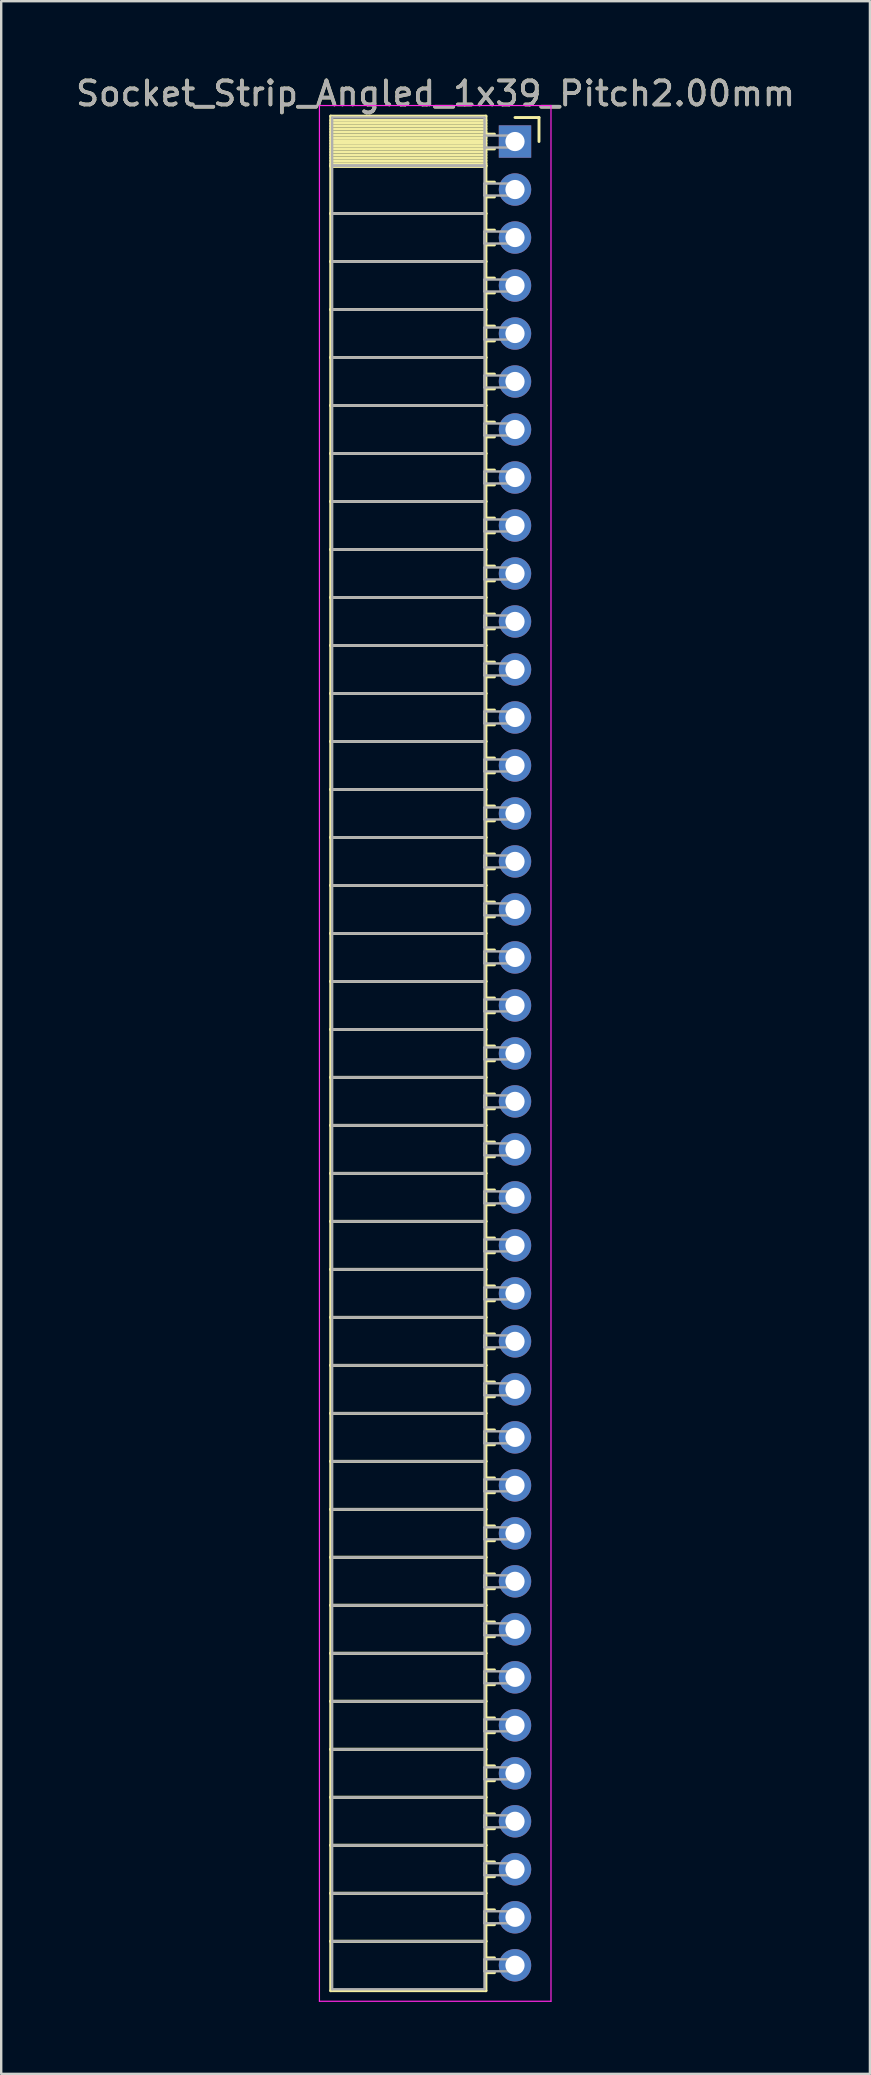
<source format=kicad_pcb>
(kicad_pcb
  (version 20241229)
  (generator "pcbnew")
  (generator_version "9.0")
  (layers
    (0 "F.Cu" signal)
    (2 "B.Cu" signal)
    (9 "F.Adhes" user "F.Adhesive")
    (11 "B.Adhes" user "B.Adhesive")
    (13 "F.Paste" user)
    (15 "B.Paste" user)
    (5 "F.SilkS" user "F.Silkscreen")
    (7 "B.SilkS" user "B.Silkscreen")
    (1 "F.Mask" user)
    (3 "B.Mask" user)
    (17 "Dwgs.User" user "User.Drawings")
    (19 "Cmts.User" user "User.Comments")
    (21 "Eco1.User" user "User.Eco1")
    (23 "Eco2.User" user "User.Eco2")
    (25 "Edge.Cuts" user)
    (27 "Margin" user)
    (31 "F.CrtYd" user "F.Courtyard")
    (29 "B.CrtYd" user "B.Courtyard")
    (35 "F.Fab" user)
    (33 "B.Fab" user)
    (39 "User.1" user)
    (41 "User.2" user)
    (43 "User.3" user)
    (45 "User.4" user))
  (footprint "Socket_Strip_Angled_1x39_Pitch2.00mm"
    (layer "F.Cu")
    (at 18.411 2.848)
    (property "Reference" "Socket_Strip_Angled_1x39_Pitch2.00mm" (at -3.31 -2 0) (layer "F.SilkS") (effects (font (size 1 1) (thickness 0.15))))
    (attr through_hole)
    (fp_line (start -7.68 -1.06) (end -1.21 -1.06) (stroke (width 0.12) (type solid)) (layer "F.SilkS"))
    (fp_line (start -7.68 1) (end -7.68 -1.06) (stroke (width 0.12) (type solid)) (layer "F.SilkS"))
    (fp_line (start -7.68 1) (end -1.21 1) (stroke (width 0.12) (type solid)) (layer "F.SilkS"))
    (fp_line (start -7.68 3) (end -7.68 1) (stroke (width 0.12) (type solid)) (layer "F.SilkS"))
    (fp_line (start -7.68 3) (end -1.21 3) (stroke (width 0.12) (type solid)) (layer "F.SilkS"))
    (fp_line (start -7.68 5) (end -7.68 3) (stroke (width 0.12) (type solid)) (layer "F.SilkS"))
    (fp_line (start -7.68 5) (end -1.21 5) (stroke (width 0.12) (type solid)) (layer "F.SilkS"))
    (fp_line (start -7.68 7) (end -7.68 5) (stroke (width 0.12) (type solid)) (layer "F.SilkS"))
    (fp_line (start -7.68 7) (end -1.21 7) (stroke (width 0.12) (type solid)) (layer "F.SilkS"))
    (fp_line (start -7.68 9) (end -7.68 7) (stroke (width 0.12) (type solid)) (layer "F.SilkS"))
    (fp_line (start -7.68 9) (end -1.21 9) (stroke (width 0.12) (type solid)) (layer "F.SilkS"))
    (fp_line (start -7.68 11) (end -7.68 9) (stroke (width 0.12) (type solid)) (layer "F.SilkS"))
    (fp_line (start -7.68 11) (end -1.21 11) (stroke (width 0.12) (type solid)) (layer "F.SilkS"))
    (fp_line (start -7.68 13) (end -7.68 11) (stroke (width 0.12) (type solid)) (layer "F.SilkS"))
    (fp_line (start -7.68 13) (end -1.21 13) (stroke (width 0.12) (type solid)) (layer "F.SilkS"))
    (fp_line (start -7.68 15) (end -7.68 13) (stroke (width 0.12) (type solid)) (layer "F.SilkS"))
    (fp_line (start -7.68 15) (end -1.21 15) (stroke (width 0.12) (type solid)) (layer "F.SilkS"))
    (fp_line (start -7.68 17) (end -7.68 15) (stroke (width 0.12) (type solid)) (layer "F.SilkS"))
    (fp_line (start -7.68 17) (end -1.21 17) (stroke (width 0.12) (type solid)) (layer "F.SilkS"))
    (fp_line (start -7.68 19) (end -7.68 17) (stroke (width 0.12) (type solid)) (layer "F.SilkS"))
    (fp_line (start -7.68 19) (end -1.21 19) (stroke (width 0.12) (type solid)) (layer "F.SilkS"))
    (fp_line (start -7.68 21) (end -7.68 19) (stroke (width 0.12) (type solid)) (layer "F.SilkS"))
    (fp_line (start -7.68 21) (end -1.21 21) (stroke (width 0.12) (type solid)) (layer "F.SilkS"))
    (fp_line (start -7.68 23) (end -7.68 21) (stroke (width 0.12) (type solid)) (layer "F.SilkS"))
    (fp_line (start -7.68 23) (end -1.21 23) (stroke (width 0.12) (type solid)) (layer "F.SilkS"))
    (fp_line (start -7.68 25) (end -7.68 23) (stroke (width 0.12) (type solid)) (layer "F.SilkS"))
    (fp_line (start -7.68 25) (end -1.21 25) (stroke (width 0.12) (type solid)) (layer "F.SilkS"))
    (fp_line (start -7.68 27) (end -7.68 25) (stroke (width 0.12) (type solid)) (layer "F.SilkS"))
    (fp_line (start -7.68 27) (end -1.21 27) (stroke (width 0.12) (type solid)) (layer "F.SilkS"))
    (fp_line (start -7.68 29) (end -7.68 27) (stroke (width 0.12) (type solid)) (layer "F.SilkS"))
    (fp_line (start -7.68 29) (end -1.21 29) (stroke (width 0.12) (type solid)) (layer "F.SilkS"))
    (fp_line (start -7.68 31) (end -7.68 29) (stroke (width 0.12) (type solid)) (layer "F.SilkS"))
    (fp_line (start -7.68 31) (end -1.21 31) (stroke (width 0.12) (type solid)) (layer "F.SilkS"))
    (fp_line (start -7.68 33) (end -7.68 31) (stroke (width 0.12) (type solid)) (layer "F.SilkS"))
    (fp_line (start -7.68 33) (end -1.21 33) (stroke (width 0.12) (type solid)) (layer "F.SilkS"))
    (fp_line (start -7.68 35) (end -7.68 33) (stroke (width 0.12) (type solid)) (layer "F.SilkS"))
    (fp_line (start -7.68 35) (end -1.21 35) (stroke (width 0.12) (type solid)) (layer "F.SilkS"))
    (fp_line (start -7.68 37) (end -7.68 35) (stroke (width 0.12) (type solid)) (layer "F.SilkS"))
    (fp_line (start -7.68 37) (end -1.21 37) (stroke (width 0.12) (type solid)) (layer "F.SilkS"))
    (fp_line (start -7.68 39) (end -7.68 37) (stroke (width 0.12) (type solid)) (layer "F.SilkS"))
    (fp_line (start -7.68 39) (end -1.21 39) (stroke (width 0.12) (type solid)) (layer "F.SilkS"))
    (fp_line (start -7.68 41) (end -7.68 39) (stroke (width 0.12) (type solid)) (layer "F.SilkS"))
    (fp_line (start -7.68 41) (end -1.21 41) (stroke (width 0.12) (type solid)) (layer "F.SilkS"))
    (fp_line (start -7.68 43) (end -7.68 41) (stroke (width 0.12) (type solid)) (layer "F.SilkS"))
    (fp_line (start -7.68 43) (end -1.21 43) (stroke (width 0.12) (type solid)) (layer "F.SilkS"))
    (fp_line (start -7.68 45) (end -7.68 43) (stroke (width 0.12) (type solid)) (layer "F.SilkS"))
    (fp_line (start -7.68 45) (end -1.21 45) (stroke (width 0.12) (type solid)) (layer "F.SilkS"))
    (fp_line (start -7.68 47) (end -7.68 45) (stroke (width 0.12) (type solid)) (layer "F.SilkS"))
    (fp_line (start -7.68 47) (end -1.21 47) (stroke (width 0.12) (type solid)) (layer "F.SilkS"))
    (fp_line (start -7.68 49) (end -7.68 47) (stroke (width 0.12) (type solid)) (layer "F.SilkS"))
    (fp_line (start -7.68 49) (end -1.21 49) (stroke (width 0.12) (type solid)) (layer "F.SilkS"))
    (fp_line (start -7.68 51) (end -7.68 49) (stroke (width 0.12) (type solid)) (layer "F.SilkS"))
    (fp_line (start -7.68 51) (end -1.21 51) (stroke (width 0.12) (type solid)) (layer "F.SilkS"))
    (fp_line (start -7.68 53) (end -7.68 51) (stroke (width 0.12) (type solid)) (layer "F.SilkS"))
    (fp_line (start -7.68 53) (end -1.21 53) (stroke (width 0.12) (type solid)) (layer "F.SilkS"))
    (fp_line (start -7.68 55) (end -7.68 53) (stroke (width 0.12) (type solid)) (layer "F.SilkS"))
    (fp_line (start -7.68 55) (end -1.21 55) (stroke (width 0.12) (type solid)) (layer "F.SilkS"))
    (fp_line (start -7.68 57) (end -7.68 55) (stroke (width 0.12) (type solid)) (layer "F.SilkS"))
    (fp_line (start -7.68 57) (end -1.21 57) (stroke (width 0.12) (type solid)) (layer "F.SilkS"))
    (fp_line (start -7.68 59) (end -7.68 57) (stroke (width 0.12) (type solid)) (layer "F.SilkS"))
    (fp_line (start -7.68 59) (end -1.21 59) (stroke (width 0.12) (type solid)) (layer "F.SilkS"))
    (fp_line (start -7.68 61) (end -7.68 59) (stroke (width 0.12) (type solid)) (layer "F.SilkS"))
    (fp_line (start -7.68 61) (end -1.21 61) (stroke (width 0.12) (type solid)) (layer "F.SilkS"))
    (fp_line (start -7.68 63) (end -7.68 61) (stroke (width 0.12) (type solid)) (layer "F.SilkS"))
    (fp_line (start -7.68 63) (end -1.21 63) (stroke (width 0.12) (type solid)) (layer "F.SilkS"))
    (fp_line (start -7.68 65) (end -7.68 63) (stroke (width 0.12) (type solid)) (layer "F.SilkS"))
    (fp_line (start -7.68 65) (end -1.21 65) (stroke (width 0.12) (type solid)) (layer "F.SilkS"))
    (fp_line (start -7.68 67) (end -7.68 65) (stroke (width 0.12) (type solid)) (layer "F.SilkS"))
    (fp_line (start -7.68 67) (end -1.21 67) (stroke (width 0.12) (type solid)) (layer "F.SilkS"))
    (fp_line (start -7.68 69) (end -7.68 67) (stroke (width 0.12) (type solid)) (layer "F.SilkS"))
    (fp_line (start -7.68 69) (end -1.21 69) (stroke (width 0.12) (type solid)) (layer "F.SilkS"))
    (fp_line (start -7.68 71) (end -7.68 69) (stroke (width 0.12) (type solid)) (layer "F.SilkS"))
    (fp_line (start -7.68 71) (end -1.21 71) (stroke (width 0.12) (type solid)) (layer "F.SilkS"))
    (fp_line (start -7.68 73) (end -7.68 71) (stroke (width 0.12) (type solid)) (layer "F.SilkS"))
    (fp_line (start -7.68 73) (end -1.21 73) (stroke (width 0.12) (type solid)) (layer "F.SilkS"))
    (fp_line (start -7.68 75) (end -7.68 73) (stroke (width 0.12) (type solid)) (layer "F.SilkS"))
    (fp_line (start -7.68 75) (end -1.21 75) (stroke (width 0.12) (type solid)) (layer "F.SilkS"))
    (fp_line (start -7.68 77.06) (end -7.68 75) (stroke (width 0.12) (type solid)) (layer "F.SilkS"))
    (fp_line (start -1.21 -1.06) (end -1.21 1) (stroke (width 0.12) (type solid)) (layer "F.SilkS"))
    (fp_line (start -1.21 -0.88) (end -7.68 -0.88) (stroke (width 0.12) (type solid)) (layer "F.SilkS"))
    (fp_line (start -1.21 -0.76) (end -7.68 -0.76) (stroke (width 0.12) (type solid)) (layer "F.SilkS"))
    (fp_line (start -1.21 -0.64) (end -7.68 -0.64) (stroke (width 0.12) (type solid)) (layer "F.SilkS"))
    (fp_line (start -1.21 -0.52) (end -7.68 -0.52) (stroke (width 0.12) (type solid)) (layer "F.SilkS"))
    (fp_line (start -1.21 -0.4) (end -7.68 -0.4) (stroke (width 0.12) (type solid)) (layer "F.SilkS"))
    (fp_line (start -1.21 -0.28) (end -7.68 -0.28) (stroke (width 0.12) (type solid)) (layer "F.SilkS"))
    (fp_line (start -1.21 -0.16) (end -7.68 -0.16) (stroke (width 0.12) (type solid)) (layer "F.SilkS"))
    (fp_line (start -1.21 -0.04) (end -7.68 -0.04) (stroke (width 0.12) (type solid)) (layer "F.SilkS"))
    (fp_line (start -1.21 0.08) (end -7.68 0.08) (stroke (width 0.12) (type solid)) (layer "F.SilkS"))
    (fp_line (start -1.21 0.2) (end -7.68 0.2) (stroke (width 0.12) (type solid)) (layer "F.SilkS"))
    (fp_line (start -1.21 0.32) (end -7.68 0.32) (stroke (width 0.12) (type solid)) (layer "F.SilkS"))
    (fp_line (start -1.21 0.44) (end -7.68 0.44) (stroke (width 0.12) (type solid)) (layer "F.SilkS"))
    (fp_line (start -1.21 0.56) (end -7.68 0.56) (stroke (width 0.12) (type solid)) (layer "F.SilkS"))
    (fp_line (start -1.21 0.68) (end -7.68 0.68) (stroke (width 0.12) (type solid)) (layer "F.SilkS"))
    (fp_line (start -1.21 0.8) (end -7.68 0.8) (stroke (width 0.12) (type solid)) (layer "F.SilkS"))
    (fp_line (start -1.21 0.92) (end -7.68 0.92) (stroke (width 0.12) (type solid)) (layer "F.SilkS"))
    (fp_line (start -1.21 1) (end -7.68 1) (stroke (width 0.12) (type solid)) (layer "F.SilkS"))
    (fp_line (start -1.21 1) (end -1.21 3) (stroke (width 0.12) (type solid)) (layer "F.SilkS"))
    (fp_line (start -1.21 1.04) (end -7.68 1.04) (stroke (width 0.12) (type solid)) (layer "F.SilkS"))
    (fp_line (start -1.21 3) (end -7.68 3) (stroke (width 0.12) (type solid)) (layer "F.SilkS"))
    (fp_line (start -1.21 3) (end -1.21 5) (stroke (width 0.12) (type solid)) (layer "F.SilkS"))
    (fp_line (start -1.21 5) (end -7.68 5) (stroke (width 0.12) (type solid)) (layer "F.SilkS"))
    (fp_line (start -1.21 5) (end -1.21 7) (stroke (width 0.12) (type solid)) (layer "F.SilkS"))
    (fp_line (start -1.21 7) (end -7.68 7) (stroke (width 0.12) (type solid)) (layer "F.SilkS"))
    (fp_line (start -1.21 7) (end -1.21 9) (stroke (width 0.12) (type solid)) (layer "F.SilkS"))
    (fp_line (start -1.21 9) (end -7.68 9) (stroke (width 0.12) (type solid)) (layer "F.SilkS"))
    (fp_line (start -1.21 9) (end -1.21 11) (stroke (width 0.12) (type solid)) (layer "F.SilkS"))
    (fp_line (start -1.21 11) (end -7.68 11) (stroke (width 0.12) (type solid)) (layer "F.SilkS"))
    (fp_line (start -1.21 11) (end -1.21 13) (stroke (width 0.12) (type solid)) (layer "F.SilkS"))
    (fp_line (start -1.21 13) (end -7.68 13) (stroke (width 0.12) (type solid)) (layer "F.SilkS"))
    (fp_line (start -1.21 13) (end -1.21 15) (stroke (width 0.12) (type solid)) (layer "F.SilkS"))
    (fp_line (start -1.21 15) (end -7.68 15) (stroke (width 0.12) (type solid)) (layer "F.SilkS"))
    (fp_line (start -1.21 15) (end -1.21 17) (stroke (width 0.12) (type solid)) (layer "F.SilkS"))
    (fp_line (start -1.21 17) (end -7.68 17) (stroke (width 0.12) (type solid)) (layer "F.SilkS"))
    (fp_line (start -1.21 17) (end -1.21 19) (stroke (width 0.12) (type solid)) (layer "F.SilkS"))
    (fp_line (start -1.21 19) (end -7.68 19) (stroke (width 0.12) (type solid)) (layer "F.SilkS"))
    (fp_line (start -1.21 19) (end -1.21 21) (stroke (width 0.12) (type solid)) (layer "F.SilkS"))
    (fp_line (start -1.21 21) (end -7.68 21) (stroke (width 0.12) (type solid)) (layer "F.SilkS"))
    (fp_line (start -1.21 21) (end -1.21 23) (stroke (width 0.12) (type solid)) (layer "F.SilkS"))
    (fp_line (start -1.21 23) (end -7.68 23) (stroke (width 0.12) (type solid)) (layer "F.SilkS"))
    (fp_line (start -1.21 23) (end -1.21 25) (stroke (width 0.12) (type solid)) (layer "F.SilkS"))
    (fp_line (start -1.21 25) (end -7.68 25) (stroke (width 0.12) (type solid)) (layer "F.SilkS"))
    (fp_line (start -1.21 25) (end -1.21 27) (stroke (width 0.12) (type solid)) (layer "F.SilkS"))
    (fp_line (start -1.21 27) (end -7.68 27) (stroke (width 0.12) (type solid)) (layer "F.SilkS"))
    (fp_line (start -1.21 27) (end -1.21 29) (stroke (width 0.12) (type solid)) (layer "F.SilkS"))
    (fp_line (start -1.21 29) (end -7.68 29) (stroke (width 0.12) (type solid)) (layer "F.SilkS"))
    (fp_line (start -1.21 29) (end -1.21 31) (stroke (width 0.12) (type solid)) (layer "F.SilkS"))
    (fp_line (start -1.21 31) (end -7.68 31) (stroke (width 0.12) (type solid)) (layer "F.SilkS"))
    (fp_line (start -1.21 31) (end -1.21 33) (stroke (width 0.12) (type solid)) (layer "F.SilkS"))
    (fp_line (start -1.21 33) (end -7.68 33) (stroke (width 0.12) (type solid)) (layer "F.SilkS"))
    (fp_line (start -1.21 33) (end -1.21 35) (stroke (width 0.12) (type solid)) (layer "F.SilkS"))
    (fp_line (start -1.21 35) (end -7.68 35) (stroke (width 0.12) (type solid)) (layer "F.SilkS"))
    (fp_line (start -1.21 35) (end -1.21 37) (stroke (width 0.12) (type solid)) (layer "F.SilkS"))
    (fp_line (start -1.21 37) (end -7.68 37) (stroke (width 0.12) (type solid)) (layer "F.SilkS"))
    (fp_line (start -1.21 37) (end -1.21 39) (stroke (width 0.12) (type solid)) (layer "F.SilkS"))
    (fp_line (start -1.21 39) (end -7.68 39) (stroke (width 0.12) (type solid)) (layer "F.SilkS"))
    (fp_line (start -1.21 39) (end -1.21 41) (stroke (width 0.12) (type solid)) (layer "F.SilkS"))
    (fp_line (start -1.21 41) (end -7.68 41) (stroke (width 0.12) (type solid)) (layer "F.SilkS"))
    (fp_line (start -1.21 41) (end -1.21 43) (stroke (width 0.12) (type solid)) (layer "F.SilkS"))
    (fp_line (start -1.21 43) (end -7.68 43) (stroke (width 0.12) (type solid)) (layer "F.SilkS"))
    (fp_line (start -1.21 43) (end -1.21 45) (stroke (width 0.12) (type solid)) (layer "F.SilkS"))
    (fp_line (start -1.21 45) (end -7.68 45) (stroke (width 0.12) (type solid)) (layer "F.SilkS"))
    (fp_line (start -1.21 45) (end -1.21 47) (stroke (width 0.12) (type solid)) (layer "F.SilkS"))
    (fp_line (start -1.21 47) (end -7.68 47) (stroke (width 0.12) (type solid)) (layer "F.SilkS"))
    (fp_line (start -1.21 47) (end -1.21 49) (stroke (width 0.12) (type solid)) (layer "F.SilkS"))
    (fp_line (start -1.21 49) (end -7.68 49) (stroke (width 0.12) (type solid)) (layer "F.SilkS"))
    (fp_line (start -1.21 49) (end -1.21 51) (stroke (width 0.12) (type solid)) (layer "F.SilkS"))
    (fp_line (start -1.21 51) (end -7.68 51) (stroke (width 0.12) (type solid)) (layer "F.SilkS"))
    (fp_line (start -1.21 51) (end -1.21 53) (stroke (width 0.12) (type solid)) (layer "F.SilkS"))
    (fp_line (start -1.21 53) (end -7.68 53) (stroke (width 0.12) (type solid)) (layer "F.SilkS"))
    (fp_line (start -1.21 53) (end -1.21 55) (stroke (width 0.12) (type solid)) (layer "F.SilkS"))
    (fp_line (start -1.21 55) (end -7.68 55) (stroke (width 0.12) (type solid)) (layer "F.SilkS"))
    (fp_line (start -1.21 55) (end -1.21 57) (stroke (width 0.12) (type solid)) (layer "F.SilkS"))
    (fp_line (start -1.21 57) (end -7.68 57) (stroke (width 0.12) (type solid)) (layer "F.SilkS"))
    (fp_line (start -1.21 57) (end -1.21 59) (stroke (width 0.12) (type solid)) (layer "F.SilkS"))
    (fp_line (start -1.21 59) (end -7.68 59) (stroke (width 0.12) (type solid)) (layer "F.SilkS"))
    (fp_line (start -1.21 59) (end -1.21 61) (stroke (width 0.12) (type solid)) (layer "F.SilkS"))
    (fp_line (start -1.21 61) (end -7.68 61) (stroke (width 0.12) (type solid)) (layer "F.SilkS"))
    (fp_line (start -1.21 61) (end -1.21 63) (stroke (width 0.12) (type solid)) (layer "F.SilkS"))
    (fp_line (start -1.21 63) (end -7.68 63) (stroke (width 0.12) (type solid)) (layer "F.SilkS"))
    (fp_line (start -1.21 63) (end -1.21 65) (stroke (width 0.12) (type solid)) (layer "F.SilkS"))
    (fp_line (start -1.21 65) (end -7.68 65) (stroke (width 0.12) (type solid)) (layer "F.SilkS"))
    (fp_line (start -1.21 65) (end -1.21 67) (stroke (width 0.12) (type solid)) (layer "F.SilkS"))
    (fp_line (start -1.21 67) (end -7.68 67) (stroke (width 0.12) (type solid)) (layer "F.SilkS"))
    (fp_line (start -1.21 67) (end -1.21 69) (stroke (width 0.12) (type solid)) (layer "F.SilkS"))
    (fp_line (start -1.21 69) (end -7.68 69) (stroke (width 0.12) (type solid)) (layer "F.SilkS"))
    (fp_line (start -1.21 69) (end -1.21 71) (stroke (width 0.12) (type solid)) (layer "F.SilkS"))
    (fp_line (start -1.21 71) (end -7.68 71) (stroke (width 0.12) (type solid)) (layer "F.SilkS"))
    (fp_line (start -1.21 71) (end -1.21 73) (stroke (width 0.12) (type solid)) (layer "F.SilkS"))
    (fp_line (start -1.21 73) (end -7.68 73) (stroke (width 0.12) (type solid)) (layer "F.SilkS"))
    (fp_line (start -1.21 73) (end -1.21 75) (stroke (width 0.12) (type solid)) (layer "F.SilkS"))
    (fp_line (start -1.21 75) (end -7.68 75) (stroke (width 0.12) (type solid)) (layer "F.SilkS"))
    (fp_line (start -1.21 75) (end -1.21 77.06) (stroke (width 0.12) (type solid)) (layer "F.SilkS"))
    (fp_line (start -1.21 77.06) (end -7.68 77.06) (stroke (width 0.12) (type solid)) (layer "F.SilkS"))
    (fp_line (start -0.855 -0.31) (end -1.21 -0.31) (stroke (width 0.12) (type solid)) (layer "F.SilkS"))
    (fp_line (start -0.855 0.31) (end -1.21 0.31) (stroke (width 0.12) (type solid)) (layer "F.SilkS"))
    (fp_line (start -0.855 1.69) (end -1.21 1.69) (stroke (width 0.12) (type solid)) (layer "F.SilkS"))
    (fp_line (start -0.855 2.31) (end -1.21 2.31) (stroke (width 0.12) (type solid)) (layer "F.SilkS"))
    (fp_line (start -0.855 3.69) (end -1.21 3.69) (stroke (width 0.12) (type solid)) (layer "F.SilkS"))
    (fp_line (start -0.855 4.31) (end -1.21 4.31) (stroke (width 0.12) (type solid)) (layer "F.SilkS"))
    (fp_line (start -0.855 5.69) (end -1.21 5.69) (stroke (width 0.12) (type solid)) (layer "F.SilkS"))
    (fp_line (start -0.855 6.31) (end -1.21 6.31) (stroke (width 0.12) (type solid)) (layer "F.SilkS"))
    (fp_line (start -0.855 7.69) (end -1.21 7.69) (stroke (width 0.12) (type solid)) (layer "F.SilkS"))
    (fp_line (start -0.855 8.31) (end -1.21 8.31) (stroke (width 0.12) (type solid)) (layer "F.SilkS"))
    (fp_line (start -0.855 9.69) (end -1.21 9.69) (stroke (width 0.12) (type solid)) (layer "F.SilkS"))
    (fp_line (start -0.855 10.31) (end -1.21 10.31) (stroke (width 0.12) (type solid)) (layer "F.SilkS"))
    (fp_line (start -0.855 11.69) (end -1.21 11.69) (stroke (width 0.12) (type solid)) (layer "F.SilkS"))
    (fp_line (start -0.855 12.31) (end -1.21 12.31) (stroke (width 0.12) (type solid)) (layer "F.SilkS"))
    (fp_line (start -0.855 13.69) (end -1.21 13.69) (stroke (width 0.12) (type solid)) (layer "F.SilkS"))
    (fp_line (start -0.855 14.31) (end -1.21 14.31) (stroke (width 0.12) (type solid)) (layer "F.SilkS"))
    (fp_line (start -0.855 15.69) (end -1.21 15.69) (stroke (width 0.12) (type solid)) (layer "F.SilkS"))
    (fp_line (start -0.855 16.31) (end -1.21 16.31) (stroke (width 0.12) (type solid)) (layer "F.SilkS"))
    (fp_line (start -0.855 17.69) (end -1.21 17.69) (stroke (width 0.12) (type solid)) (layer "F.SilkS"))
    (fp_line (start -0.855 18.31) (end -1.21 18.31) (stroke (width 0.12) (type solid)) (layer "F.SilkS"))
    (fp_line (start -0.855 19.69) (end -1.21 19.69) (stroke (width 0.12) (type solid)) (layer "F.SilkS"))
    (fp_line (start -0.855 20.31) (end -1.21 20.31) (stroke (width 0.12) (type solid)) (layer "F.SilkS"))
    (fp_line (start -0.855 21.69) (end -1.21 21.69) (stroke (width 0.12) (type solid)) (layer "F.SilkS"))
    (fp_line (start -0.855 22.31) (end -1.21 22.31) (stroke (width 0.12) (type solid)) (layer "F.SilkS"))
    (fp_line (start -0.855 23.69) (end -1.21 23.69) (stroke (width 0.12) (type solid)) (layer "F.SilkS"))
    (fp_line (start -0.855 24.31) (end -1.21 24.31) (stroke (width 0.12) (type solid)) (layer "F.SilkS"))
    (fp_line (start -0.855 25.69) (end -1.21 25.69) (stroke (width 0.12) (type solid)) (layer "F.SilkS"))
    (fp_line (start -0.855 26.31) (end -1.21 26.31) (stroke (width 0.12) (type solid)) (layer "F.SilkS"))
    (fp_line (start -0.855 27.69) (end -1.21 27.69) (stroke (width 0.12) (type solid)) (layer "F.SilkS"))
    (fp_line (start -0.855 28.31) (end -1.21 28.31) (stroke (width 0.12) (type solid)) (layer "F.SilkS"))
    (fp_line (start -0.855 29.69) (end -1.21 29.69) (stroke (width 0.12) (type solid)) (layer "F.SilkS"))
    (fp_line (start -0.855 30.31) (end -1.21 30.31) (stroke (width 0.12) (type solid)) (layer "F.SilkS"))
    (fp_line (start -0.855 31.69) (end -1.21 31.69) (stroke (width 0.12) (type solid)) (layer "F.SilkS"))
    (fp_line (start -0.855 32.31) (end -1.21 32.31) (stroke (width 0.12) (type solid)) (layer "F.SilkS"))
    (fp_line (start -0.855 33.69) (end -1.21 33.69) (stroke (width 0.12) (type solid)) (layer "F.SilkS"))
    (fp_line (start -0.855 34.31) (end -1.21 34.31) (stroke (width 0.12) (type solid)) (layer "F.SilkS"))
    (fp_line (start -0.855 35.69) (end -1.21 35.69) (stroke (width 0.12) (type solid)) (layer "F.SilkS"))
    (fp_line (start -0.855 36.31) (end -1.21 36.31) (stroke (width 0.12) (type solid)) (layer "F.SilkS"))
    (fp_line (start -0.855 37.69) (end -1.21 37.69) (stroke (width 0.12) (type solid)) (layer "F.SilkS"))
    (fp_line (start -0.855 38.31) (end -1.21 38.31) (stroke (width 0.12) (type solid)) (layer "F.SilkS"))
    (fp_line (start -0.855 39.69) (end -1.21 39.69) (stroke (width 0.12) (type solid)) (layer "F.SilkS"))
    (fp_line (start -0.855 40.31) (end -1.21 40.31) (stroke (width 0.12) (type solid)) (layer "F.SilkS"))
    (fp_line (start -0.855 41.69) (end -1.21 41.69) (stroke (width 0.12) (type solid)) (layer "F.SilkS"))
    (fp_line (start -0.855 42.31) (end -1.21 42.31) (stroke (width 0.12) (type solid)) (layer "F.SilkS"))
    (fp_line (start -0.855 43.69) (end -1.21 43.69) (stroke (width 0.12) (type solid)) (layer "F.SilkS"))
    (fp_line (start -0.855 44.31) (end -1.21 44.31) (stroke (width 0.12) (type solid)) (layer "F.SilkS"))
    (fp_line (start -0.855 45.69) (end -1.21 45.69) (stroke (width 0.12) (type solid)) (layer "F.SilkS"))
    (fp_line (start -0.855 46.31) (end -1.21 46.31) (stroke (width 0.12) (type solid)) (layer "F.SilkS"))
    (fp_line (start -0.855 47.69) (end -1.21 47.69) (stroke (width 0.12) (type solid)) (layer "F.SilkS"))
    (fp_line (start -0.855 48.31) (end -1.21 48.31) (stroke (width 0.12) (type solid)) (layer "F.SilkS"))
    (fp_line (start -0.855 49.69) (end -1.21 49.69) (stroke (width 0.12) (type solid)) (layer "F.SilkS"))
    (fp_line (start -0.855 50.31) (end -1.21 50.31) (stroke (width 0.12) (type solid)) (layer "F.SilkS"))
    (fp_line (start -0.855 51.69) (end -1.21 51.69) (stroke (width 0.12) (type solid)) (layer "F.SilkS"))
    (fp_line (start -0.855 52.31) (end -1.21 52.31) (stroke (width 0.12) (type solid)) (layer "F.SilkS"))
    (fp_line (start -0.855 53.69) (end -1.21 53.69) (stroke (width 0.12) (type solid)) (layer "F.SilkS"))
    (fp_line (start -0.855 54.31) (end -1.21 54.31) (stroke (width 0.12) (type solid)) (layer "F.SilkS"))
    (fp_line (start -0.855 55.69) (end -1.21 55.69) (stroke (width 0.12) (type solid)) (layer "F.SilkS"))
    (fp_line (start -0.855 56.31) (end -1.21 56.31) (stroke (width 0.12) (type solid)) (layer "F.SilkS"))
    (fp_line (start -0.855 57.69) (end -1.21 57.69) (stroke (width 0.12) (type solid)) (layer "F.SilkS"))
    (fp_line (start -0.855 58.31) (end -1.21 58.31) (stroke (width 0.12) (type solid)) (layer "F.SilkS"))
    (fp_line (start -0.855 59.69) (end -1.21 59.69) (stroke (width 0.12) (type solid)) (layer "F.SilkS"))
    (fp_line (start -0.855 60.31) (end -1.21 60.31) (stroke (width 0.12) (type solid)) (layer "F.SilkS"))
    (fp_line (start -0.855 61.69) (end -1.21 61.69) (stroke (width 0.12) (type solid)) (layer "F.SilkS"))
    (fp_line (start -0.855 62.31) (end -1.21 62.31) (stroke (width 0.12) (type solid)) (layer "F.SilkS"))
    (fp_line (start -0.855 63.69) (end -1.21 63.69) (stroke (width 0.12) (type solid)) (layer "F.SilkS"))
    (fp_line (start -0.855 64.31) (end -1.21 64.31) (stroke (width 0.12) (type solid)) (layer "F.SilkS"))
    (fp_line (start -0.855 65.69) (end -1.21 65.69) (stroke (width 0.12) (type solid)) (layer "F.SilkS"))
    (fp_line (start -0.855 66.31) (end -1.21 66.31) (stroke (width 0.12) (type solid)) (layer "F.SilkS"))
    (fp_line (start -0.855 67.69) (end -1.21 67.69) (stroke (width 0.12) (type solid)) (layer "F.SilkS"))
    (fp_line (start -0.855 68.31) (end -1.21 68.31) (stroke (width 0.12) (type solid)) (layer "F.SilkS"))
    (fp_line (start -0.855 69.69) (end -1.21 69.69) (stroke (width 0.12) (type solid)) (layer "F.SilkS"))
    (fp_line (start -0.855 70.31) (end -1.21 70.31) (stroke (width 0.12) (type solid)) (layer "F.SilkS"))
    (fp_line (start -0.855 71.69) (end -1.21 71.69) (stroke (width 0.12) (type solid)) (layer "F.SilkS"))
    (fp_line (start -0.855 72.31) (end -1.21 72.31) (stroke (width 0.12) (type solid)) (layer "F.SilkS"))
    (fp_line (start -0.855 73.69) (end -1.21 73.69) (stroke (width 0.12) (type solid)) (layer "F.SilkS"))
    (fp_line (start -0.855 74.31) (end -1.21 74.31) (stroke (width 0.12) (type solid)) (layer "F.SilkS"))
    (fp_line (start -0.855 75.69) (end -1.21 75.69) (stroke (width 0.12) (type solid)) (layer "F.SilkS"))
    (fp_line (start -0.855 76.31) (end -1.21 76.31) (stroke (width 0.12) (type solid)) (layer "F.SilkS"))
    (fp_line (start 0 -1) (end 1 -1) (stroke (width 0.12) (type solid)) (layer "F.SilkS"))
    (fp_line (start 1 -1) (end 1 0) (stroke (width 0.12) (type solid)) (layer "F.SilkS"))
    (fp_line (start -8.15 -1.5) (end 1.5 -1.5) (stroke (width 0.05) (type solid)) (layer "F.CrtYd"))
    (fp_line (start -8.15 77.5) (end -8.15 -1.5) (stroke (width 0.05) (type solid)) (layer "F.CrtYd"))
    (fp_line (start 1.5 -1.5) (end 1.5 77.5) (stroke (width 0.05) (type solid)) (layer "F.CrtYd"))
    (fp_line (start 1.5 77.5) (end -8.15 77.5) (stroke (width 0.05) (type solid)) (layer "F.CrtYd"))
    (fp_line (start -7.62 -1) (end -1.27 -1) (stroke (width 0.1) (type solid)) (layer "F.Fab"))
    (fp_line (start -7.62 1) (end -7.62 -1) (stroke (width 0.1) (type solid)) (layer "F.Fab"))
    (fp_line (start -7.62 1) (end -1.27 1) (stroke (width 0.1) (type solid)) (layer "F.Fab"))
    (fp_line (start -7.62 3) (end -7.62 1) (stroke (width 0.1) (type solid)) (layer "F.Fab"))
    (fp_line (start -7.62 3) (end -1.27 3) (stroke (width 0.1) (type solid)) (layer "F.Fab"))
    (fp_line (start -7.62 5) (end -7.62 3) (stroke (width 0.1) (type solid)) (layer "F.Fab"))
    (fp_line (start -7.62 5) (end -1.27 5) (stroke (width 0.1) (type solid)) (layer "F.Fab"))
    (fp_line (start -7.62 7) (end -7.62 5) (stroke (width 0.1) (type solid)) (layer "F.Fab"))
    (fp_line (start -7.62 7) (end -1.27 7) (stroke (width 0.1) (type solid)) (layer "F.Fab"))
    (fp_line (start -7.62 9) (end -7.62 7) (stroke (width 0.1) (type solid)) (layer "F.Fab"))
    (fp_line (start -7.62 9) (end -1.27 9) (stroke (width 0.1) (type solid)) (layer "F.Fab"))
    (fp_line (start -7.62 11) (end -7.62 9) (stroke (width 0.1) (type solid)) (layer "F.Fab"))
    (fp_line (start -7.62 11) (end -1.27 11) (stroke (width 0.1) (type solid)) (layer "F.Fab"))
    (fp_line (start -7.62 13) (end -7.62 11) (stroke (width 0.1) (type solid)) (layer "F.Fab"))
    (fp_line (start -7.62 13) (end -1.27 13) (stroke (width 0.1) (type solid)) (layer "F.Fab"))
    (fp_line (start -7.62 15) (end -7.62 13) (stroke (width 0.1) (type solid)) (layer "F.Fab"))
    (fp_line (start -7.62 15) (end -1.27 15) (stroke (width 0.1) (type solid)) (layer "F.Fab"))
    (fp_line (start -7.62 17) (end -7.62 15) (stroke (width 0.1) (type solid)) (layer "F.Fab"))
    (fp_line (start -7.62 17) (end -1.27 17) (stroke (width 0.1) (type solid)) (layer "F.Fab"))
    (fp_line (start -7.62 19) (end -7.62 17) (stroke (width 0.1) (type solid)) (layer "F.Fab"))
    (fp_line (start -7.62 19) (end -1.27 19) (stroke (width 0.1) (type solid)) (layer "F.Fab"))
    (fp_line (start -7.62 21) (end -7.62 19) (stroke (width 0.1) (type solid)) (layer "F.Fab"))
    (fp_line (start -7.62 21) (end -1.27 21) (stroke (width 0.1) (type solid)) (layer "F.Fab"))
    (fp_line (start -7.62 23) (end -7.62 21) (stroke (width 0.1) (type solid)) (layer "F.Fab"))
    (fp_line (start -7.62 23) (end -1.27 23) (stroke (width 0.1) (type solid)) (layer "F.Fab"))
    (fp_line (start -7.62 25) (end -7.62 23) (stroke (width 0.1) (type solid)) (layer "F.Fab"))
    (fp_line (start -7.62 25) (end -1.27 25) (stroke (width 0.1) (type solid)) (layer "F.Fab"))
    (fp_line (start -7.62 27) (end -7.62 25) (stroke (width 0.1) (type solid)) (layer "F.Fab"))
    (fp_line (start -7.62 27) (end -1.27 27) (stroke (width 0.1) (type solid)) (layer "F.Fab"))
    (fp_line (start -7.62 29) (end -7.62 27) (stroke (width 0.1) (type solid)) (layer "F.Fab"))
    (fp_line (start -7.62 29) (end -1.27 29) (stroke (width 0.1) (type solid)) (layer "F.Fab"))
    (fp_line (start -7.62 31) (end -7.62 29) (stroke (width 0.1) (type solid)) (layer "F.Fab"))
    (fp_line (start -7.62 31) (end -1.27 31) (stroke (width 0.1) (type solid)) (layer "F.Fab"))
    (fp_line (start -7.62 33) (end -7.62 31) (stroke (width 0.1) (type solid)) (layer "F.Fab"))
    (fp_line (start -7.62 33) (end -1.27 33) (stroke (width 0.1) (type solid)) (layer "F.Fab"))
    (fp_line (start -7.62 35) (end -7.62 33) (stroke (width 0.1) (type solid)) (layer "F.Fab"))
    (fp_line (start -7.62 35) (end -1.27 35) (stroke (width 0.1) (type solid)) (layer "F.Fab"))
    (fp_line (start -7.62 37) (end -7.62 35) (stroke (width 0.1) (type solid)) (layer "F.Fab"))
    (fp_line (start -7.62 37) (end -1.27 37) (stroke (width 0.1) (type solid)) (layer "F.Fab"))
    (fp_line (start -7.62 39) (end -7.62 37) (stroke (width 0.1) (type solid)) (layer "F.Fab"))
    (fp_line (start -7.62 39) (end -1.27 39) (stroke (width 0.1) (type solid)) (layer "F.Fab"))
    (fp_line (start -7.62 41) (end -7.62 39) (stroke (width 0.1) (type solid)) (layer "F.Fab"))
    (fp_line (start -7.62 41) (end -1.27 41) (stroke (width 0.1) (type solid)) (layer "F.Fab"))
    (fp_line (start -7.62 43) (end -7.62 41) (stroke (width 0.1) (type solid)) (layer "F.Fab"))
    (fp_line (start -7.62 43) (end -1.27 43) (stroke (width 0.1) (type solid)) (layer "F.Fab"))
    (fp_line (start -7.62 45) (end -7.62 43) (stroke (width 0.1) (type solid)) (layer "F.Fab"))
    (fp_line (start -7.62 45) (end -1.27 45) (stroke (width 0.1) (type solid)) (layer "F.Fab"))
    (fp_line (start -7.62 47) (end -7.62 45) (stroke (width 0.1) (type solid)) (layer "F.Fab"))
    (fp_line (start -7.62 47) (end -1.27 47) (stroke (width 0.1) (type solid)) (layer "F.Fab"))
    (fp_line (start -7.62 49) (end -7.62 47) (stroke (width 0.1) (type solid)) (layer "F.Fab"))
    (fp_line (start -7.62 49) (end -1.27 49) (stroke (width 0.1) (type solid)) (layer "F.Fab"))
    (fp_line (start -7.62 51) (end -7.62 49) (stroke (width 0.1) (type solid)) (layer "F.Fab"))
    (fp_line (start -7.62 51) (end -1.27 51) (stroke (width 0.1) (type solid)) (layer "F.Fab"))
    (fp_line (start -7.62 53) (end -7.62 51) (stroke (width 0.1) (type solid)) (layer "F.Fab"))
    (fp_line (start -7.62 53) (end -1.27 53) (stroke (width 0.1) (type solid)) (layer "F.Fab"))
    (fp_line (start -7.62 55) (end -7.62 53) (stroke (width 0.1) (type solid)) (layer "F.Fab"))
    (fp_line (start -7.62 55) (end -1.27 55) (stroke (width 0.1) (type solid)) (layer "F.Fab"))
    (fp_line (start -7.62 57) (end -7.62 55) (stroke (width 0.1) (type solid)) (layer "F.Fab"))
    (fp_line (start -7.62 57) (end -1.27 57) (stroke (width 0.1) (type solid)) (layer "F.Fab"))
    (fp_line (start -7.62 59) (end -7.62 57) (stroke (width 0.1) (type solid)) (layer "F.Fab"))
    (fp_line (start -7.62 59) (end -1.27 59) (stroke (width 0.1) (type solid)) (layer "F.Fab"))
    (fp_line (start -7.62 61) (end -7.62 59) (stroke (width 0.1) (type solid)) (layer "F.Fab"))
    (fp_line (start -7.62 61) (end -1.27 61) (stroke (width 0.1) (type solid)) (layer "F.Fab"))
    (fp_line (start -7.62 63) (end -7.62 61) (stroke (width 0.1) (type solid)) (layer "F.Fab"))
    (fp_line (start -7.62 63) (end -1.27 63) (stroke (width 0.1) (type solid)) (layer "F.Fab"))
    (fp_line (start -7.62 65) (end -7.62 63) (stroke (width 0.1) (type solid)) (layer "F.Fab"))
    (fp_line (start -7.62 65) (end -1.27 65) (stroke (width 0.1) (type solid)) (layer "F.Fab"))
    (fp_line (start -7.62 67) (end -7.62 65) (stroke (width 0.1) (type solid)) (layer "F.Fab"))
    (fp_line (start -7.62 67) (end -1.27 67) (stroke (width 0.1) (type solid)) (layer "F.Fab"))
    (fp_line (start -7.62 69) (end -7.62 67) (stroke (width 0.1) (type solid)) (layer "F.Fab"))
    (fp_line (start -7.62 69) (end -1.27 69) (stroke (width 0.1) (type solid)) (layer "F.Fab"))
    (fp_line (start -7.62 71) (end -7.62 69) (stroke (width 0.1) (type solid)) (layer "F.Fab"))
    (fp_line (start -7.62 71) (end -1.27 71) (stroke (width 0.1) (type solid)) (layer "F.Fab"))
    (fp_line (start -7.62 73) (end -7.62 71) (stroke (width 0.1) (type solid)) (layer "F.Fab"))
    (fp_line (start -7.62 73) (end -1.27 73) (stroke (width 0.1) (type solid)) (layer "F.Fab"))
    (fp_line (start -7.62 75) (end -7.62 73) (stroke (width 0.1) (type solid)) (layer "F.Fab"))
    (fp_line (start -7.62 75) (end -1.27 75) (stroke (width 0.1) (type solid)) (layer "F.Fab"))
    (fp_line (start -7.62 77) (end -7.62 75) (stroke (width 0.1) (type solid)) (layer "F.Fab"))
    (fp_line (start -1.27 -1) (end -1.27 1) (stroke (width 0.1) (type solid)) (layer "F.Fab"))
    (fp_line (start -1.27 -0.25) (end 0 -0.25) (stroke (width 0.1) (type solid)) (layer "F.Fab"))
    (fp_line (start -1.27 0.25) (end -1.27 -0.25) (stroke (width 0.1) (type solid)) (layer "F.Fab"))
    (fp_line (start -1.27 1) (end -7.62 1) (stroke (width 0.1) (type solid)) (layer "F.Fab"))
    (fp_line (start -1.27 1) (end -1.27 3) (stroke (width 0.1) (type solid)) (layer "F.Fab"))
    (fp_line (start -1.27 1.75) (end 0 1.75) (stroke (width 0.1) (type solid)) (layer "F.Fab"))
    (fp_line (start -1.27 2.25) (end -1.27 1.75) (stroke (width 0.1) (type solid)) (layer "F.Fab"))
    (fp_line (start -1.27 3) (end -7.62 3) (stroke (width 0.1) (type solid)) (layer "F.Fab"))
    (fp_line (start -1.27 3) (end -1.27 5) (stroke (width 0.1) (type solid)) (layer "F.Fab"))
    (fp_line (start -1.27 3.75) (end 0 3.75) (stroke (width 0.1) (type solid)) (layer "F.Fab"))
    (fp_line (start -1.27 4.25) (end -1.27 3.75) (stroke (width 0.1) (type solid)) (layer "F.Fab"))
    (fp_line (start -1.27 5) (end -7.62 5) (stroke (width 0.1) (type solid)) (layer "F.Fab"))
    (fp_line (start -1.27 5) (end -1.27 7) (stroke (width 0.1) (type solid)) (layer "F.Fab"))
    (fp_line (start -1.27 5.75) (end 0 5.75) (stroke (width 0.1) (type solid)) (layer "F.Fab"))
    (fp_line (start -1.27 6.25) (end -1.27 5.75) (stroke (width 0.1) (type solid)) (layer "F.Fab"))
    (fp_line (start -1.27 7) (end -7.62 7) (stroke (width 0.1) (type solid)) (layer "F.Fab"))
    (fp_line (start -1.27 7) (end -1.27 9) (stroke (width 0.1) (type solid)) (layer "F.Fab"))
    (fp_line (start -1.27 7.75) (end 0 7.75) (stroke (width 0.1) (type solid)) (layer "F.Fab"))
    (fp_line (start -1.27 8.25) (end -1.27 7.75) (stroke (width 0.1) (type solid)) (layer "F.Fab"))
    (fp_line (start -1.27 9) (end -7.62 9) (stroke (width 0.1) (type solid)) (layer "F.Fab"))
    (fp_line (start -1.27 9) (end -1.27 11) (stroke (width 0.1) (type solid)) (layer "F.Fab"))
    (fp_line (start -1.27 9.75) (end 0 9.75) (stroke (width 0.1) (type solid)) (layer "F.Fab"))
    (fp_line (start -1.27 10.25) (end -1.27 9.75) (stroke (width 0.1) (type solid)) (layer "F.Fab"))
    (fp_line (start -1.27 11) (end -7.62 11) (stroke (width 0.1) (type solid)) (layer "F.Fab"))
    (fp_line (start -1.27 11) (end -1.27 13) (stroke (width 0.1) (type solid)) (layer "F.Fab"))
    (fp_line (start -1.27 11.75) (end 0 11.75) (stroke (width 0.1) (type solid)) (layer "F.Fab"))
    (fp_line (start -1.27 12.25) (end -1.27 11.75) (stroke (width 0.1) (type solid)) (layer "F.Fab"))
    (fp_line (start -1.27 13) (end -7.62 13) (stroke (width 0.1) (type solid)) (layer "F.Fab"))
    (fp_line (start -1.27 13) (end -1.27 15) (stroke (width 0.1) (type solid)) (layer "F.Fab"))
    (fp_line (start -1.27 13.75) (end 0 13.75) (stroke (width 0.1) (type solid)) (layer "F.Fab"))
    (fp_line (start -1.27 14.25) (end -1.27 13.75) (stroke (width 0.1) (type solid)) (layer "F.Fab"))
    (fp_line (start -1.27 15) (end -7.62 15) (stroke (width 0.1) (type solid)) (layer "F.Fab"))
    (fp_line (start -1.27 15) (end -1.27 17) (stroke (width 0.1) (type solid)) (layer "F.Fab"))
    (fp_line (start -1.27 15.75) (end 0 15.75) (stroke (width 0.1) (type solid)) (layer "F.Fab"))
    (fp_line (start -1.27 16.25) (end -1.27 15.75) (stroke (width 0.1) (type solid)) (layer "F.Fab"))
    (fp_line (start -1.27 17) (end -7.62 17) (stroke (width 0.1) (type solid)) (layer "F.Fab"))
    (fp_line (start -1.27 17) (end -1.27 19) (stroke (width 0.1) (type solid)) (layer "F.Fab"))
    (fp_line (start -1.27 17.75) (end 0 17.75) (stroke (width 0.1) (type solid)) (layer "F.Fab"))
    (fp_line (start -1.27 18.25) (end -1.27 17.75) (stroke (width 0.1) (type solid)) (layer "F.Fab"))
    (fp_line (start -1.27 19) (end -7.62 19) (stroke (width 0.1) (type solid)) (layer "F.Fab"))
    (fp_line (start -1.27 19) (end -1.27 21) (stroke (width 0.1) (type solid)) (layer "F.Fab"))
    (fp_line (start -1.27 19.75) (end 0 19.75) (stroke (width 0.1) (type solid)) (layer "F.Fab"))
    (fp_line (start -1.27 20.25) (end -1.27 19.75) (stroke (width 0.1) (type solid)) (layer "F.Fab"))
    (fp_line (start -1.27 21) (end -7.62 21) (stroke (width 0.1) (type solid)) (layer "F.Fab"))
    (fp_line (start -1.27 21) (end -1.27 23) (stroke (width 0.1) (type solid)) (layer "F.Fab"))
    (fp_line (start -1.27 21.75) (end 0 21.75) (stroke (width 0.1) (type solid)) (layer "F.Fab"))
    (fp_line (start -1.27 22.25) (end -1.27 21.75) (stroke (width 0.1) (type solid)) (layer "F.Fab"))
    (fp_line (start -1.27 23) (end -7.62 23) (stroke (width 0.1) (type solid)) (layer "F.Fab"))
    (fp_line (start -1.27 23) (end -1.27 25) (stroke (width 0.1) (type solid)) (layer "F.Fab"))
    (fp_line (start -1.27 23.75) (end 0 23.75) (stroke (width 0.1) (type solid)) (layer "F.Fab"))
    (fp_line (start -1.27 24.25) (end -1.27 23.75) (stroke (width 0.1) (type solid)) (layer "F.Fab"))
    (fp_line (start -1.27 25) (end -7.62 25) (stroke (width 0.1) (type solid)) (layer "F.Fab"))
    (fp_line (start -1.27 25) (end -1.27 27) (stroke (width 0.1) (type solid)) (layer "F.Fab"))
    (fp_line (start -1.27 25.75) (end 0 25.75) (stroke (width 0.1) (type solid)) (layer "F.Fab"))
    (fp_line (start -1.27 26.25) (end -1.27 25.75) (stroke (width 0.1) (type solid)) (layer "F.Fab"))
    (fp_line (start -1.27 27) (end -7.62 27) (stroke (width 0.1) (type solid)) (layer "F.Fab"))
    (fp_line (start -1.27 27) (end -1.27 29) (stroke (width 0.1) (type solid)) (layer "F.Fab"))
    (fp_line (start -1.27 27.75) (end 0 27.75) (stroke (width 0.1) (type solid)) (layer "F.Fab"))
    (fp_line (start -1.27 28.25) (end -1.27 27.75) (stroke (width 0.1) (type solid)) (layer "F.Fab"))
    (fp_line (start -1.27 29) (end -7.62 29) (stroke (width 0.1) (type solid)) (layer "F.Fab"))
    (fp_line (start -1.27 29) (end -1.27 31) (stroke (width 0.1) (type solid)) (layer "F.Fab"))
    (fp_line (start -1.27 29.75) (end 0 29.75) (stroke (width 0.1) (type solid)) (layer "F.Fab"))
    (fp_line (start -1.27 30.25) (end -1.27 29.75) (stroke (width 0.1) (type solid)) (layer "F.Fab"))
    (fp_line (start -1.27 31) (end -7.62 31) (stroke (width 0.1) (type solid)) (layer "F.Fab"))
    (fp_line (start -1.27 31) (end -1.27 33) (stroke (width 0.1) (type solid)) (layer "F.Fab"))
    (fp_line (start -1.27 31.75) (end 0 31.75) (stroke (width 0.1) (type solid)) (layer "F.Fab"))
    (fp_line (start -1.27 32.25) (end -1.27 31.75) (stroke (width 0.1) (type solid)) (layer "F.Fab"))
    (fp_line (start -1.27 33) (end -7.62 33) (stroke (width 0.1) (type solid)) (layer "F.Fab"))
    (fp_line (start -1.27 33) (end -1.27 35) (stroke (width 0.1) (type solid)) (layer "F.Fab"))
    (fp_line (start -1.27 33.75) (end 0 33.75) (stroke (width 0.1) (type solid)) (layer "F.Fab"))
    (fp_line (start -1.27 34.25) (end -1.27 33.75) (stroke (width 0.1) (type solid)) (layer "F.Fab"))
    (fp_line (start -1.27 35) (end -7.62 35) (stroke (width 0.1) (type solid)) (layer "F.Fab"))
    (fp_line (start -1.27 35) (end -1.27 37) (stroke (width 0.1) (type solid)) (layer "F.Fab"))
    (fp_line (start -1.27 35.75) (end 0 35.75) (stroke (width 0.1) (type solid)) (layer "F.Fab"))
    (fp_line (start -1.27 36.25) (end -1.27 35.75) (stroke (width 0.1) (type solid)) (layer "F.Fab"))
    (fp_line (start -1.27 37) (end -7.62 37) (stroke (width 0.1) (type solid)) (layer "F.Fab"))
    (fp_line (start -1.27 37) (end -1.27 39) (stroke (width 0.1) (type solid)) (layer "F.Fab"))
    (fp_line (start -1.27 37.75) (end 0 37.75) (stroke (width 0.1) (type solid)) (layer "F.Fab"))
    (fp_line (start -1.27 38.25) (end -1.27 37.75) (stroke (width 0.1) (type solid)) (layer "F.Fab"))
    (fp_line (start -1.27 39) (end -7.62 39) (stroke (width 0.1) (type solid)) (layer "F.Fab"))
    (fp_line (start -1.27 39) (end -1.27 41) (stroke (width 0.1) (type solid)) (layer "F.Fab"))
    (fp_line (start -1.27 39.75) (end 0 39.75) (stroke (width 0.1) (type solid)) (layer "F.Fab"))
    (fp_line (start -1.27 40.25) (end -1.27 39.75) (stroke (width 0.1) (type solid)) (layer "F.Fab"))
    (fp_line (start -1.27 41) (end -7.62 41) (stroke (width 0.1) (type solid)) (layer "F.Fab"))
    (fp_line (start -1.27 41) (end -1.27 43) (stroke (width 0.1) (type solid)) (layer "F.Fab"))
    (fp_line (start -1.27 41.75) (end 0 41.75) (stroke (width 0.1) (type solid)) (layer "F.Fab"))
    (fp_line (start -1.27 42.25) (end -1.27 41.75) (stroke (width 0.1) (type solid)) (layer "F.Fab"))
    (fp_line (start -1.27 43) (end -7.62 43) (stroke (width 0.1) (type solid)) (layer "F.Fab"))
    (fp_line (start -1.27 43) (end -1.27 45) (stroke (width 0.1) (type solid)) (layer "F.Fab"))
    (fp_line (start -1.27 43.75) (end 0 43.75) (stroke (width 0.1) (type solid)) (layer "F.Fab"))
    (fp_line (start -1.27 44.25) (end -1.27 43.75) (stroke (width 0.1) (type solid)) (layer "F.Fab"))
    (fp_line (start -1.27 45) (end -7.62 45) (stroke (width 0.1) (type solid)) (layer "F.Fab"))
    (fp_line (start -1.27 45) (end -1.27 47) (stroke (width 0.1) (type solid)) (layer "F.Fab"))
    (fp_line (start -1.27 45.75) (end 0 45.75) (stroke (width 0.1) (type solid)) (layer "F.Fab"))
    (fp_line (start -1.27 46.25) (end -1.27 45.75) (stroke (width 0.1) (type solid)) (layer "F.Fab"))
    (fp_line (start -1.27 47) (end -7.62 47) (stroke (width 0.1) (type solid)) (layer "F.Fab"))
    (fp_line (start -1.27 47) (end -1.27 49) (stroke (width 0.1) (type solid)) (layer "F.Fab"))
    (fp_line (start -1.27 47.75) (end 0 47.75) (stroke (width 0.1) (type solid)) (layer "F.Fab"))
    (fp_line (start -1.27 48.25) (end -1.27 47.75) (stroke (width 0.1) (type solid)) (layer "F.Fab"))
    (fp_line (start -1.27 49) (end -7.62 49) (stroke (width 0.1) (type solid)) (layer "F.Fab"))
    (fp_line (start -1.27 49) (end -1.27 51) (stroke (width 0.1) (type solid)) (layer "F.Fab"))
    (fp_line (start -1.27 49.75) (end 0 49.75) (stroke (width 0.1) (type solid)) (layer "F.Fab"))
    (fp_line (start -1.27 50.25) (end -1.27 49.75) (stroke (width 0.1) (type solid)) (layer "F.Fab"))
    (fp_line (start -1.27 51) (end -7.62 51) (stroke (width 0.1) (type solid)) (layer "F.Fab"))
    (fp_line (start -1.27 51) (end -1.27 53) (stroke (width 0.1) (type solid)) (layer "F.Fab"))
    (fp_line (start -1.27 51.75) (end 0 51.75) (stroke (width 0.1) (type solid)) (layer "F.Fab"))
    (fp_line (start -1.27 52.25) (end -1.27 51.75) (stroke (width 0.1) (type solid)) (layer "F.Fab"))
    (fp_line (start -1.27 53) (end -7.62 53) (stroke (width 0.1) (type solid)) (layer "F.Fab"))
    (fp_line (start -1.27 53) (end -1.27 55) (stroke (width 0.1) (type solid)) (layer "F.Fab"))
    (fp_line (start -1.27 53.75) (end 0 53.75) (stroke (width 0.1) (type solid)) (layer "F.Fab"))
    (fp_line (start -1.27 54.25) (end -1.27 53.75) (stroke (width 0.1) (type solid)) (layer "F.Fab"))
    (fp_line (start -1.27 55) (end -7.62 55) (stroke (width 0.1) (type solid)) (layer "F.Fab"))
    (fp_line (start -1.27 55) (end -1.27 57) (stroke (width 0.1) (type solid)) (layer "F.Fab"))
    (fp_line (start -1.27 55.75) (end 0 55.75) (stroke (width 0.1) (type solid)) (layer "F.Fab"))
    (fp_line (start -1.27 56.25) (end -1.27 55.75) (stroke (width 0.1) (type solid)) (layer "F.Fab"))
    (fp_line (start -1.27 57) (end -7.62 57) (stroke (width 0.1) (type solid)) (layer "F.Fab"))
    (fp_line (start -1.27 57) (end -1.27 59) (stroke (width 0.1) (type solid)) (layer "F.Fab"))
    (fp_line (start -1.27 57.75) (end 0 57.75) (stroke (width 0.1) (type solid)) (layer "F.Fab"))
    (fp_line (start -1.27 58.25) (end -1.27 57.75) (stroke (width 0.1) (type solid)) (layer "F.Fab"))
    (fp_line (start -1.27 59) (end -7.62 59) (stroke (width 0.1) (type solid)) (layer "F.Fab"))
    (fp_line (start -1.27 59) (end -1.27 61) (stroke (width 0.1) (type solid)) (layer "F.Fab"))
    (fp_line (start -1.27 59.75) (end 0 59.75) (stroke (width 0.1) (type solid)) (layer "F.Fab"))
    (fp_line (start -1.27 60.25) (end -1.27 59.75) (stroke (width 0.1) (type solid)) (layer "F.Fab"))
    (fp_line (start -1.27 61) (end -7.62 61) (stroke (width 0.1) (type solid)) (layer "F.Fab"))
    (fp_line (start -1.27 61) (end -1.27 63) (stroke (width 0.1) (type solid)) (layer "F.Fab"))
    (fp_line (start -1.27 61.75) (end 0 61.75) (stroke (width 0.1) (type solid)) (layer "F.Fab"))
    (fp_line (start -1.27 62.25) (end -1.27 61.75) (stroke (width 0.1) (type solid)) (layer "F.Fab"))
    (fp_line (start -1.27 63) (end -7.62 63) (stroke (width 0.1) (type solid)) (layer "F.Fab"))
    (fp_line (start -1.27 63) (end -1.27 65) (stroke (width 0.1) (type solid)) (layer "F.Fab"))
    (fp_line (start -1.27 63.75) (end 0 63.75) (stroke (width 0.1) (type solid)) (layer "F.Fab"))
    (fp_line (start -1.27 64.25) (end -1.27 63.75) (stroke (width 0.1) (type solid)) (layer "F.Fab"))
    (fp_line (start -1.27 65) (end -7.62 65) (stroke (width 0.1) (type solid)) (layer "F.Fab"))
    (fp_line (start -1.27 65) (end -1.27 67) (stroke (width 0.1) (type solid)) (layer "F.Fab"))
    (fp_line (start -1.27 65.75) (end 0 65.75) (stroke (width 0.1) (type solid)) (layer "F.Fab"))
    (fp_line (start -1.27 66.25) (end -1.27 65.75) (stroke (width 0.1) (type solid)) (layer "F.Fab"))
    (fp_line (start -1.27 67) (end -7.62 67) (stroke (width 0.1) (type solid)) (layer "F.Fab"))
    (fp_line (start -1.27 67) (end -1.27 69) (stroke (width 0.1) (type solid)) (layer "F.Fab"))
    (fp_line (start -1.27 67.75) (end 0 67.75) (stroke (width 0.1) (type solid)) (layer "F.Fab"))
    (fp_line (start -1.27 68.25) (end -1.27 67.75) (stroke (width 0.1) (type solid)) (layer "F.Fab"))
    (fp_line (start -1.27 69) (end -7.62 69) (stroke (width 0.1) (type solid)) (layer "F.Fab"))
    (fp_line (start -1.27 69) (end -1.27 71) (stroke (width 0.1) (type solid)) (layer "F.Fab"))
    (fp_line (start -1.27 69.75) (end 0 69.75) (stroke (width 0.1) (type solid)) (layer "F.Fab"))
    (fp_line (start -1.27 70.25) (end -1.27 69.75) (stroke (width 0.1) (type solid)) (layer "F.Fab"))
    (fp_line (start -1.27 71) (end -7.62 71) (stroke (width 0.1) (type solid)) (layer "F.Fab"))
    (fp_line (start -1.27 71) (end -1.27 73) (stroke (width 0.1) (type solid)) (layer "F.Fab"))
    (fp_line (start -1.27 71.75) (end 0 71.75) (stroke (width 0.1) (type solid)) (layer "F.Fab"))
    (fp_line (start -1.27 72.25) (end -1.27 71.75) (stroke (width 0.1) (type solid)) (layer "F.Fab"))
    (fp_line (start -1.27 73) (end -7.62 73) (stroke (width 0.1) (type solid)) (layer "F.Fab"))
    (fp_line (start -1.27 73) (end -1.27 75) (stroke (width 0.1) (type solid)) (layer "F.Fab"))
    (fp_line (start -1.27 73.75) (end 0 73.75) (stroke (width 0.1) (type solid)) (layer "F.Fab"))
    (fp_line (start -1.27 74.25) (end -1.27 73.75) (stroke (width 0.1) (type solid)) (layer "F.Fab"))
    (fp_line (start -1.27 75) (end -7.62 75) (stroke (width 0.1) (type solid)) (layer "F.Fab"))
    (fp_line (start -1.27 75) (end -1.27 77) (stroke (width 0.1) (type solid)) (layer "F.Fab"))
    (fp_line (start -1.27 75.75) (end 0 75.75) (stroke (width 0.1) (type solid)) (layer "F.Fab"))
    (fp_line (start -1.27 76.25) (end -1.27 75.75) (stroke (width 0.1) (type solid)) (layer "F.Fab"))
    (fp_line (start -1.27 77) (end -7.62 77) (stroke (width 0.1) (type solid)) (layer "F.Fab"))
    (fp_line (start 0 -0.25) (end 0 0.25) (stroke (width 0.1) (type solid)) (layer "F.Fab"))
    (fp_line (start 0 0.25) (end -1.27 0.25) (stroke (width 0.1) (type solid)) (layer "F.Fab"))
    (fp_line (start 0 1.75) (end 0 2.25) (stroke (width 0.1) (type solid)) (layer "F.Fab"))
    (fp_line (start 0 2.25) (end -1.27 2.25) (stroke (width 0.1) (type solid)) (layer "F.Fab"))
    (fp_line (start 0 3.75) (end 0 4.25) (stroke (width 0.1) (type solid)) (layer "F.Fab"))
    (fp_line (start 0 4.25) (end -1.27 4.25) (stroke (width 0.1) (type solid)) (layer "F.Fab"))
    (fp_line (start 0 5.75) (end 0 6.25) (stroke (width 0.1) (type solid)) (layer "F.Fab"))
    (fp_line (start 0 6.25) (end -1.27 6.25) (stroke (width 0.1) (type solid)) (layer "F.Fab"))
    (fp_line (start 0 7.75) (end 0 8.25) (stroke (width 0.1) (type solid)) (layer "F.Fab"))
    (fp_line (start 0 8.25) (end -1.27 8.25) (stroke (width 0.1) (type solid)) (layer "F.Fab"))
    (fp_line (start 0 9.75) (end 0 10.25) (stroke (width 0.1) (type solid)) (layer "F.Fab"))
    (fp_line (start 0 10.25) (end -1.27 10.25) (stroke (width 0.1) (type solid)) (layer "F.Fab"))
    (fp_line (start 0 11.75) (end 0 12.25) (stroke (width 0.1) (type solid)) (layer "F.Fab"))
    (fp_line (start 0 12.25) (end -1.27 12.25) (stroke (width 0.1) (type solid)) (layer "F.Fab"))
    (fp_line (start 0 13.75) (end 0 14.25) (stroke (width 0.1) (type solid)) (layer "F.Fab"))
    (fp_line (start 0 14.25) (end -1.27 14.25) (stroke (width 0.1) (type solid)) (layer "F.Fab"))
    (fp_line (start 0 15.75) (end 0 16.25) (stroke (width 0.1) (type solid)) (layer "F.Fab"))
    (fp_line (start 0 16.25) (end -1.27 16.25) (stroke (width 0.1) (type solid)) (layer "F.Fab"))
    (fp_line (start 0 17.75) (end 0 18.25) (stroke (width 0.1) (type solid)) (layer "F.Fab"))
    (fp_line (start 0 18.25) (end -1.27 18.25) (stroke (width 0.1) (type solid)) (layer "F.Fab"))
    (fp_line (start 0 19.75) (end 0 20.25) (stroke (width 0.1) (type solid)) (layer "F.Fab"))
    (fp_line (start 0 20.25) (end -1.27 20.25) (stroke (width 0.1) (type solid)) (layer "F.Fab"))
    (fp_line (start 0 21.75) (end 0 22.25) (stroke (width 0.1) (type solid)) (layer "F.Fab"))
    (fp_line (start 0 22.25) (end -1.27 22.25) (stroke (width 0.1) (type solid)) (layer "F.Fab"))
    (fp_line (start 0 23.75) (end 0 24.25) (stroke (width 0.1) (type solid)) (layer "F.Fab"))
    (fp_line (start 0 24.25) (end -1.27 24.25) (stroke (width 0.1) (type solid)) (layer "F.Fab"))
    (fp_line (start 0 25.75) (end 0 26.25) (stroke (width 0.1) (type solid)) (layer "F.Fab"))
    (fp_line (start 0 26.25) (end -1.27 26.25) (stroke (width 0.1) (type solid)) (layer "F.Fab"))
    (fp_line (start 0 27.75) (end 0 28.25) (stroke (width 0.1) (type solid)) (layer "F.Fab"))
    (fp_line (start 0 28.25) (end -1.27 28.25) (stroke (width 0.1) (type solid)) (layer "F.Fab"))
    (fp_line (start 0 29.75) (end 0 30.25) (stroke (width 0.1) (type solid)) (layer "F.Fab"))
    (fp_line (start 0 30.25) (end -1.27 30.25) (stroke (width 0.1) (type solid)) (layer "F.Fab"))
    (fp_line (start 0 31.75) (end 0 32.25) (stroke (width 0.1) (type solid)) (layer "F.Fab"))
    (fp_line (start 0 32.25) (end -1.27 32.25) (stroke (width 0.1) (type solid)) (layer "F.Fab"))
    (fp_line (start 0 33.75) (end 0 34.25) (stroke (width 0.1) (type solid)) (layer "F.Fab"))
    (fp_line (start 0 34.25) (end -1.27 34.25) (stroke (width 0.1) (type solid)) (layer "F.Fab"))
    (fp_line (start 0 35.75) (end 0 36.25) (stroke (width 0.1) (type solid)) (layer "F.Fab"))
    (fp_line (start 0 36.25) (end -1.27 36.25) (stroke (width 0.1) (type solid)) (layer "F.Fab"))
    (fp_line (start 0 37.75) (end 0 38.25) (stroke (width 0.1) (type solid)) (layer "F.Fab"))
    (fp_line (start 0 38.25) (end -1.27 38.25) (stroke (width 0.1) (type solid)) (layer "F.Fab"))
    (fp_line (start 0 39.75) (end 0 40.25) (stroke (width 0.1) (type solid)) (layer "F.Fab"))
    (fp_line (start 0 40.25) (end -1.27 40.25) (stroke (width 0.1) (type solid)) (layer "F.Fab"))
    (fp_line (start 0 41.75) (end 0 42.25) (stroke (width 0.1) (type solid)) (layer "F.Fab"))
    (fp_line (start 0 42.25) (end -1.27 42.25) (stroke (width 0.1) (type solid)) (layer "F.Fab"))
    (fp_line (start 0 43.75) (end 0 44.25) (stroke (width 0.1) (type solid)) (layer "F.Fab"))
    (fp_line (start 0 44.25) (end -1.27 44.25) (stroke (width 0.1) (type solid)) (layer "F.Fab"))
    (fp_line (start 0 45.75) (end 0 46.25) (stroke (width 0.1) (type solid)) (layer "F.Fab"))
    (fp_line (start 0 46.25) (end -1.27 46.25) (stroke (width 0.1) (type solid)) (layer "F.Fab"))
    (fp_line (start 0 47.75) (end 0 48.25) (stroke (width 0.1) (type solid)) (layer "F.Fab"))
    (fp_line (start 0 48.25) (end -1.27 48.25) (stroke (width 0.1) (type solid)) (layer "F.Fab"))
    (fp_line (start 0 49.75) (end 0 50.25) (stroke (width 0.1) (type solid)) (layer "F.Fab"))
    (fp_line (start 0 50.25) (end -1.27 50.25) (stroke (width 0.1) (type solid)) (layer "F.Fab"))
    (fp_line (start 0 51.75) (end 0 52.25) (stroke (width 0.1) (type solid)) (layer "F.Fab"))
    (fp_line (start 0 52.25) (end -1.27 52.25) (stroke (width 0.1) (type solid)) (layer "F.Fab"))
    (fp_line (start 0 53.75) (end 0 54.25) (stroke (width 0.1) (type solid)) (layer "F.Fab"))
    (fp_line (start 0 54.25) (end -1.27 54.25) (stroke (width 0.1) (type solid)) (layer "F.Fab"))
    (fp_line (start 0 55.75) (end 0 56.25) (stroke (width 0.1) (type solid)) (layer "F.Fab"))
    (fp_line (start 0 56.25) (end -1.27 56.25) (stroke (width 0.1) (type solid)) (layer "F.Fab"))
    (fp_line (start 0 57.75) (end 0 58.25) (stroke (width 0.1) (type solid)) (layer "F.Fab"))
    (fp_line (start 0 58.25) (end -1.27 58.25) (stroke (width 0.1) (type solid)) (layer "F.Fab"))
    (fp_line (start 0 59.75) (end 0 60.25) (stroke (width 0.1) (type solid)) (layer "F.Fab"))
    (fp_line (start 0 60.25) (end -1.27 60.25) (stroke (width 0.1) (type solid)) (layer "F.Fab"))
    (fp_line (start 0 61.75) (end 0 62.25) (stroke (width 0.1) (type solid)) (layer "F.Fab"))
    (fp_line (start 0 62.25) (end -1.27 62.25) (stroke (width 0.1) (type solid)) (layer "F.Fab"))
    (fp_line (start 0 63.75) (end 0 64.25) (stroke (width 0.1) (type solid)) (layer "F.Fab"))
    (fp_line (start 0 64.25) (end -1.27 64.25) (stroke (width 0.1) (type solid)) (layer "F.Fab"))
    (fp_line (start 0 65.75) (end 0 66.25) (stroke (width 0.1) (type solid)) (layer "F.Fab"))
    (fp_line (start 0 66.25) (end -1.27 66.25) (stroke (width 0.1) (type solid)) (layer "F.Fab"))
    (fp_line (start 0 67.75) (end 0 68.25) (stroke (width 0.1) (type solid)) (layer "F.Fab"))
    (fp_line (start 0 68.25) (end -1.27 68.25) (stroke (width 0.1) (type solid)) (layer "F.Fab"))
    (fp_line (start 0 69.75) (end 0 70.25) (stroke (width 0.1) (type solid)) (layer "F.Fab"))
    (fp_line (start 0 70.25) (end -1.27 70.25) (stroke (width 0.1) (type solid)) (layer "F.Fab"))
    (fp_line (start 0 71.75) (end 0 72.25) (stroke (width 0.1) (type solid)) (layer "F.Fab"))
    (fp_line (start 0 72.25) (end -1.27 72.25) (stroke (width 0.1) (type solid)) (layer "F.Fab"))
    (fp_line (start 0 73.75) (end 0 74.25) (stroke (width 0.1) (type solid)) (layer "F.Fab"))
    (fp_line (start 0 74.25) (end -1.27 74.25) (stroke (width 0.1) (type solid)) (layer "F.Fab"))
    (fp_line (start 0 75.75) (end 0 76.25) (stroke (width 0.1) (type solid)) (layer "F.Fab"))
    (fp_line (start 0 76.25) (end -1.27 76.25) (stroke (width 0.1) (type solid)) (layer "F.Fab"))
    (fp_text user "${REFERENCE}" (at -3.31 -2 0) (layer "F.Fab") (effects (font (size 1 1) (thickness 0.15))))
    (pad "1" thru_hole rect (at 0 0) (size 1.35 1.35) (drill 0.8) (layers "*.Cu" "*.Mask"))
    (pad "2" thru_hole oval (at 0 2) (size 1.35 1.35) (drill 0.8) (layers "*.Cu" "*.Mask"))
    (pad "3" thru_hole oval (at 0 4) (size 1.35 1.35) (drill 0.8) (layers "*.Cu" "*.Mask"))
    (pad "4" thru_hole oval (at 0 6) (size 1.35 1.35) (drill 0.8) (layers "*.Cu" "*.Mask"))
    (pad "5" thru_hole oval (at 0 8) (size 1.35 1.35) (drill 0.8) (layers "*.Cu" "*.Mask"))
    (pad "6" thru_hole oval (at 0 10) (size 1.35 1.35) (drill 0.8) (layers "*.Cu" "*.Mask"))
    (pad "7" thru_hole oval (at 0 12) (size 1.35 1.35) (drill 0.8) (layers "*.Cu" "*.Mask"))
    (pad "8" thru_hole oval (at 0 14) (size 1.35 1.35) (drill 0.8) (layers "*.Cu" "*.Mask"))
    (pad "9" thru_hole oval (at 0 16) (size 1.35 1.35) (drill 0.8) (layers "*.Cu" "*.Mask"))
    (pad "10" thru_hole oval (at 0 18) (size 1.35 1.35) (drill 0.8) (layers "*.Cu" "*.Mask"))
    (pad "11" thru_hole oval (at 0 20) (size 1.35 1.35) (drill 0.8) (layers "*.Cu" "*.Mask"))
    (pad "12" thru_hole oval (at 0 22) (size 1.35 1.35) (drill 0.8) (layers "*.Cu" "*.Mask"))
    (pad "13" thru_hole oval (at 0 24) (size 1.35 1.35) (drill 0.8) (layers "*.Cu" "*.Mask"))
    (pad "14" thru_hole oval (at 0 26) (size 1.35 1.35) (drill 0.8) (layers "*.Cu" "*.Mask"))
    (pad "15" thru_hole oval (at 0 28) (size 1.35 1.35) (drill 0.8) (layers "*.Cu" "*.Mask"))
    (pad "16" thru_hole oval (at 0 30) (size 1.35 1.35) (drill 0.8) (layers "*.Cu" "*.Mask"))
    (pad "17" thru_hole oval (at 0 32) (size 1.35 1.35) (drill 0.8) (layers "*.Cu" "*.Mask"))
    (pad "18" thru_hole oval (at 0 34) (size 1.35 1.35) (drill 0.8) (layers "*.Cu" "*.Mask"))
    (pad "19" thru_hole oval (at 0 36) (size 1.35 1.35) (drill 0.8) (layers "*.Cu" "*.Mask"))
    (pad "20" thru_hole oval (at 0 38) (size 1.35 1.35) (drill 0.8) (layers "*.Cu" "*.Mask"))
    (pad "21" thru_hole oval (at 0 40) (size 1.35 1.35) (drill 0.8) (layers "*.Cu" "*.Mask"))
    (pad "22" thru_hole oval (at 0 42) (size 1.35 1.35) (drill 0.8) (layers "*.Cu" "*.Mask"))
    (pad "23" thru_hole oval (at 0 44) (size 1.35 1.35) (drill 0.8) (layers "*.Cu" "*.Mask"))
    (pad "24" thru_hole oval (at 0 46) (size 1.35 1.35) (drill 0.8) (layers "*.Cu" "*.Mask"))
    (pad "25" thru_hole oval (at 0 48) (size 1.35 1.35) (drill 0.8) (layers "*.Cu" "*.Mask"))
    (pad "26" thru_hole oval (at 0 50) (size 1.35 1.35) (drill 0.8) (layers "*.Cu" "*.Mask"))
    (pad "27" thru_hole oval (at 0 52) (size 1.35 1.35) (drill 0.8) (layers "*.Cu" "*.Mask"))
    (pad "28" thru_hole oval (at 0 54) (size 1.35 1.35) (drill 0.8) (layers "*.Cu" "*.Mask"))
    (pad "29" thru_hole oval (at 0 56) (size 1.35 1.35) (drill 0.8) (layers "*.Cu" "*.Mask"))
    (pad "30" thru_hole oval (at 0 58) (size 1.35 1.35) (drill 0.8) (layers "*.Cu" "*.Mask"))
    (pad "31" thru_hole oval (at 0 60) (size 1.35 1.35) (drill 0.8) (layers "*.Cu" "*.Mask"))
    (pad "32" thru_hole oval (at 0 62) (size 1.35 1.35) (drill 0.8) (layers "*.Cu" "*.Mask"))
    (pad "33" thru_hole oval (at 0 64) (size 1.35 1.35) (drill 0.8) (layers "*.Cu" "*.Mask"))
    (pad "34" thru_hole oval (at 0 66) (size 1.35 1.35) (drill 0.8) (layers "*.Cu" "*.Mask"))
    (pad "35" thru_hole oval (at 0 68) (size 1.35 1.35) (drill 0.8) (layers "*.Cu" "*.Mask"))
    (pad "36" thru_hole oval (at 0 70) (size 1.35 1.35) (drill 0.8) (layers "*.Cu" "*.Mask"))
    (pad "37" thru_hole oval (at 0 72) (size 1.35 1.35) (drill 0.8) (layers "*.Cu" "*.Mask"))
    (pad "38" thru_hole oval (at 0 74) (size 1.35 1.35) (drill 0.8) (layers "*.Cu" "*.Mask"))
    (pad "39" thru_hole oval (at 0 76) (size 1.35 1.35) (drill 0.8) (layers "*.Cu" "*.Mask")))
  (gr_rect
    (start -3 -3)
    (end 33.202 83.373)
    (stroke (width 0.1) (type default))
    (fill no)
    (layer "Edge.Cuts")))
</source>
